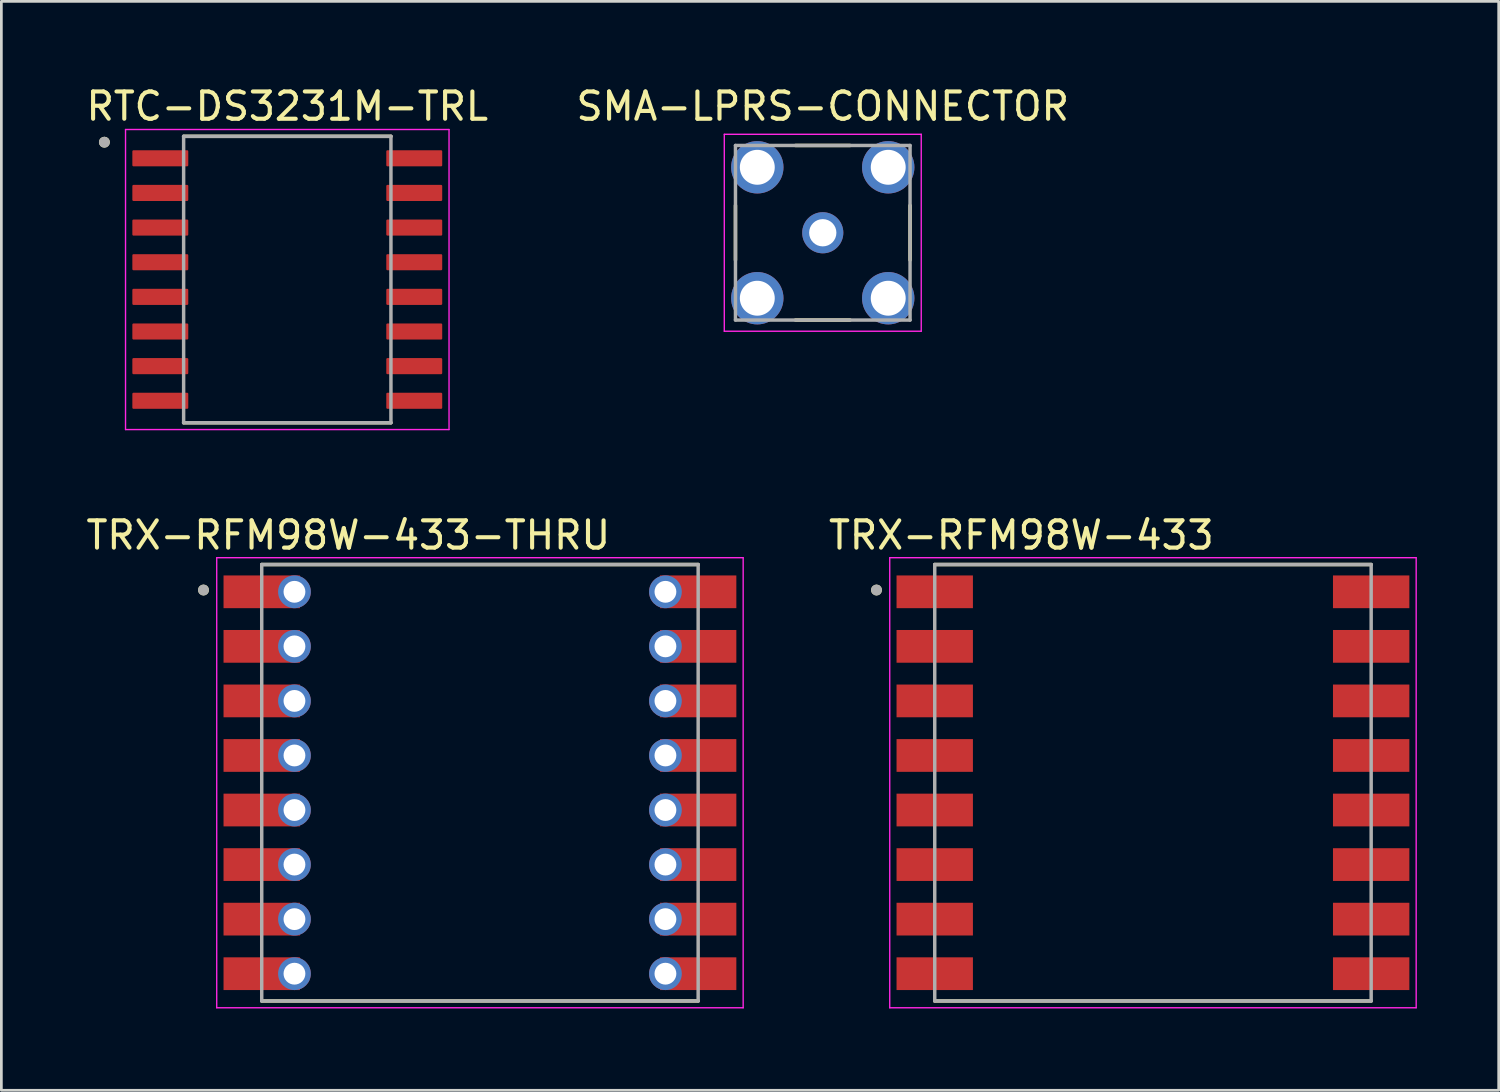
<source format=kicad_pcb>
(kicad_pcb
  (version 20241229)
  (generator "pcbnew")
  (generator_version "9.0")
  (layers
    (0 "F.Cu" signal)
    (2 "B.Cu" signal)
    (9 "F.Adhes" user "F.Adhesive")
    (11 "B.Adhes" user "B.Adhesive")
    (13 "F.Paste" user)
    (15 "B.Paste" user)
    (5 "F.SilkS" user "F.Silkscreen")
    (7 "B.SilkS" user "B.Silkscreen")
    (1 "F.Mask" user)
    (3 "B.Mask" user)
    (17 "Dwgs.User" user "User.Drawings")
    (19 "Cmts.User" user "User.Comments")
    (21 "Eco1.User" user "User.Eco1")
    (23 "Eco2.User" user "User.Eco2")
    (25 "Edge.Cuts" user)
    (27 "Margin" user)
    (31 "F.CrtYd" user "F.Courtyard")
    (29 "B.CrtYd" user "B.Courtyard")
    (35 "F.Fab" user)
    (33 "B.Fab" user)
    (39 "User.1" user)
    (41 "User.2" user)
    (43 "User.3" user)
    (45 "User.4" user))
  (footprint "TRX-RFM98W-433-THRU"
    (layer "F.Cu")
    (at 14.545 25.646)
    (property "Reference" "TRX-RFM98W-433-THRU" (at -4.825 -9.075 0) (layer "F.SilkS") (effects (font (size 1 1) (thickness 0.15))))
    (attr through_hole)
    (fp_line (start -8 -8) (end 8 -8) (stroke (width 0.127) (type solid)) (layer "F.SilkS"))
    (fp_line (start 8 8) (end -8 8) (stroke (width 0.127) (type solid)) (layer "F.SilkS"))
    (fp_circle (center -10.135 -7.065) (end -10.035 -7.065) (stroke (width 0.2) (type solid)) (fill no) (layer "F.SilkS"))
    (fp_line (start -9.65 -8.25) (end 9.65 -8.25) (stroke (width 0.05) (type solid)) (layer "F.CrtYd"))
    (fp_line (start -9.65 8.25) (end -9.65 -8.25) (stroke (width 0.05) (type solid)) (layer "F.CrtYd"))
    (fp_line (start 9.65 -8.25) (end 9.65 8.25) (stroke (width 0.05) (type solid)) (layer "F.CrtYd"))
    (fp_line (start 9.65 8.25) (end -9.65 8.25) (stroke (width 0.05) (type solid)) (layer "F.CrtYd"))
    (fp_line (start -8 -8) (end 8 -8) (stroke (width 0.127) (type solid)) (layer "F.Fab"))
    (fp_line (start -8 8) (end -8 -8) (stroke (width 0.127) (type solid)) (layer "F.Fab"))
    (fp_line (start 8 -8) (end 8 8) (stroke (width 0.127) (type solid)) (layer "F.Fab"))
    (fp_line (start 8 8) (end -8 8) (stroke (width 0.127) (type solid)) (layer "F.Fab"))
    (fp_circle (center -10.135 -7.065) (end -10.035 -7.065) (stroke (width 0.2) (type solid)) (fill no) (layer "F.Fab"))
    (pad "1" smd rect (at -8 -7) (size 2.8 1.2) (layers "F.Cu" "F.Mask" "F.Paste"))
    (pad "1_1" thru_hole circle (at -6.8 -7) (size 1.2 1.2) (drill 0.8) (layers "*.Cu" "*.Mask"))
    (pad "2" smd rect (at -8 -5) (size 2.8 1.2) (layers "F.Cu" "F.Mask" "F.Paste"))
    (pad "2_1" thru_hole circle (at -6.8 -5) (size 1.2 1.2) (drill 0.8) (layers "*.Cu" "*.Mask"))
    (pad "3" smd rect (at -8 -3) (size 2.8 1.2) (layers "F.Cu" "F.Mask" "F.Paste"))
    (pad "3_1" thru_hole circle (at -6.8 -3) (size 1.2 1.2) (drill 0.8) (layers "*.Cu" "*.Mask"))
    (pad "4" smd rect (at -8 -1) (size 2.8 1.2) (layers "F.Cu" "F.Mask" "F.Paste"))
    (pad "4_1" thru_hole circle (at -6.8 -1) (size 1.2 1.2) (drill 0.8) (layers "*.Cu" "*.Mask"))
    (pad "5" smd rect (at -8 1) (size 2.8 1.2) (layers "F.Cu" "F.Mask" "F.Paste"))
    (pad "5_1" thru_hole circle (at -6.8 1) (size 1.2 1.2) (drill 0.8) (layers "*.Cu" "*.Mask"))
    (pad "6" smd rect (at -8 3) (size 2.8 1.2) (layers "F.Cu" "F.Mask" "F.Paste"))
    (pad "6_1" thru_hole circle (at -6.8 3) (size 1.2 1.2) (drill 0.8) (layers "*.Cu" "*.Mask"))
    (pad "7" smd rect (at -8 5) (size 2.8 1.2) (layers "F.Cu" "F.Mask" "F.Paste"))
    (pad "7_1" thru_hole circle (at -6.8 5) (size 1.2 1.2) (drill 0.8) (layers "*.Cu" "*.Mask"))
    (pad "8" smd rect (at -8 7) (size 2.8 1.2) (layers "F.Cu" "F.Mask" "F.Paste"))
    (pad "8_1" thru_hole circle (at -6.8 7) (size 1.2 1.2) (drill 0.8) (layers "*.Cu" "*.Mask"))
    (pad "9" smd rect (at 8 7) (size 2.8 1.2) (layers "F.Cu" "F.Mask" "F.Paste"))
    (pad "9_1" thru_hole circle (at 6.8 7) (size 1.2 1.2) (drill 0.8) (layers "*.Cu" "*.Mask"))
    (pad "10" smd rect (at 8 5) (size 2.8 1.2) (layers "F.Cu" "F.Mask" "F.Paste"))
    (pad "10_1" thru_hole circle (at 6.8 5) (size 1.2 1.2) (drill 0.8) (layers "*.Cu" "*.Mask"))
    (pad "11" smd rect (at 8 3) (size 2.8 1.2) (layers "F.Cu" "F.Mask" "F.Paste"))
    (pad "11_1" thru_hole circle (at 6.8 3) (size 1.2 1.2) (drill 0.8) (layers "*.Cu" "*.Mask"))
    (pad "12" smd rect (at 8 1) (size 2.8 1.2) (layers "F.Cu" "F.Mask" "F.Paste"))
    (pad "12_1" thru_hole circle (at 6.8 1) (size 1.2 1.2) (drill 0.8) (layers "*.Cu" "*.Mask"))
    (pad "13" smd rect (at 8 -1) (size 2.8 1.2) (layers "F.Cu" "F.Mask" "F.Paste"))
    (pad "13_1" thru_hole circle (at 6.8 -1) (size 1.2 1.2) (drill 0.8) (layers "*.Cu" "*.Mask"))
    (pad "14" smd rect (at 8 -3) (size 2.8 1.2) (layers "F.Cu" "F.Mask" "F.Paste"))
    (pad "14_1" thru_hole circle (at 6.8 -3) (size 1.2 1.2) (drill 0.8) (layers "*.Cu" "*.Mask"))
    (pad "15" smd rect (at 8 -5) (size 2.8 1.2) (layers "F.Cu" "F.Mask" "F.Paste"))
    (pad "15_1" thru_hole circle (at 6.8 -5) (size 1.2 1.2) (drill 0.8) (layers "*.Cu" "*.Mask"))
    (pad "16" smd rect (at 8 -7) (size 2.8 1.2) (layers "F.Cu" "F.Mask" "F.Paste"))
    (pad "16_1" thru_hole circle (at 6.8 -7) (size 1.2 1.2) (drill 0.8) (layers "*.Cu" "*.Mask")))
  (footprint "TRX-RFM98W-433"
    (layer "F.Cu")
    (at 39.218 25.646)
    (property "Reference" "TRX-RFM98W-433" (at -4.825 -9.075 0) (layer "F.SilkS") (effects (font (size 1 1) (thickness 0.15))))
    (attr smd)
    (fp_line (start -8 -8) (end 8 -8) (stroke (width 0.127) (type solid)) (layer "F.SilkS"))
    (fp_line (start 8 8) (end -8 8) (stroke (width 0.127) (type solid)) (layer "F.SilkS"))
    (fp_circle (center -10.135 -7.065) (end -10.035 -7.065) (stroke (width 0.2) (type solid)) (fill no) (layer "F.SilkS"))
    (fp_line (start -9.65 -8.25) (end 9.65 -8.25) (stroke (width 0.05) (type solid)) (layer "F.CrtYd"))
    (fp_line (start -9.65 8.25) (end -9.65 -8.25) (stroke (width 0.05) (type solid)) (layer "F.CrtYd"))
    (fp_line (start 9.65 -8.25) (end 9.65 8.25) (stroke (width 0.05) (type solid)) (layer "F.CrtYd"))
    (fp_line (start 9.65 8.25) (end -9.65 8.25) (stroke (width 0.05) (type solid)) (layer "F.CrtYd"))
    (fp_line (start -8 -8) (end 8 -8) (stroke (width 0.127) (type solid)) (layer "F.Fab"))
    (fp_line (start -8 8) (end -8 -8) (stroke (width 0.127) (type solid)) (layer "F.Fab"))
    (fp_line (start 8 -8) (end 8 8) (stroke (width 0.127) (type solid)) (layer "F.Fab"))
    (fp_line (start 8 8) (end -8 8) (stroke (width 0.127) (type solid)) (layer "F.Fab"))
    (fp_circle (center -10.135 -7.065) (end -10.035 -7.065) (stroke (width 0.2) (type solid)) (fill no) (layer "F.Fab"))
    (pad "1" smd rect (at -8 -7) (size 2.8 1.2) (layers "F.Cu" "F.Mask" "F.Paste"))
    (pad "2" smd rect (at -8 -5) (size 2.8 1.2) (layers "F.Cu" "F.Mask" "F.Paste"))
    (pad "3" smd rect (at -8 -3) (size 2.8 1.2) (layers "F.Cu" "F.Mask" "F.Paste"))
    (pad "4" smd rect (at -8 -1) (size 2.8 1.2) (layers "F.Cu" "F.Mask" "F.Paste"))
    (pad "5" smd rect (at -8 1) (size 2.8 1.2) (layers "F.Cu" "F.Mask" "F.Paste"))
    (pad "6" smd rect (at -8 3) (size 2.8 1.2) (layers "F.Cu" "F.Mask" "F.Paste"))
    (pad "7" smd rect (at -8 5) (size 2.8 1.2) (layers "F.Cu" "F.Mask" "F.Paste"))
    (pad "8" smd rect (at -8 7) (size 2.8 1.2) (layers "F.Cu" "F.Mask" "F.Paste"))
    (pad "9" smd rect (at 8 7) (size 2.8 1.2) (layers "F.Cu" "F.Mask" "F.Paste"))
    (pad "10" smd rect (at 8 5) (size 2.8 1.2) (layers "F.Cu" "F.Mask" "F.Paste"))
    (pad "11" smd rect (at 8 3) (size 2.8 1.2) (layers "F.Cu" "F.Mask" "F.Paste"))
    (pad "12" smd rect (at 8 1) (size 2.8 1.2) (layers "F.Cu" "F.Mask" "F.Paste"))
    (pad "13" smd rect (at 8 -1) (size 2.8 1.2) (layers "F.Cu" "F.Mask" "F.Paste"))
    (pad "14" smd rect (at 8 -3) (size 2.8 1.2) (layers "F.Cu" "F.Mask" "F.Paste"))
    (pad "15" smd rect (at 8 -5) (size 2.8 1.2) (layers "F.Cu" "F.Mask" "F.Paste"))
    (pad "16" smd rect (at 8 -7) (size 2.8 1.2) (layers "F.Cu" "F.Mask" "F.Paste")))
  (footprint "SMA-LPRS-CONNECTOR"
    (layer "F.Cu")
    (at 27.113 5.483)
    (property "Reference" "SMA-LPRS-CONNECTOR" (at 0 -4.635 0) (layer "F.SilkS") (effects (font (size 1 1) (thickness 0.15))))
    (attr through_hole)
    (fp_line (start -3.2 1) (end -3.2 -1) (stroke (width 0.127) (type solid)) (layer "F.SilkS"))
    (fp_line (start -1 -3.2) (end 1 -3.2) (stroke (width 0.127) (type solid)) (layer "F.SilkS"))
    (fp_line (start 1 3.2) (end -1 3.2) (stroke (width 0.127) (type solid)) (layer "F.SilkS"))
    (fp_line (start 3.2 -1) (end 3.2 1) (stroke (width 0.127) (type solid)) (layer "F.SilkS"))
    (fp_line (start -3.61 -3.61) (end 3.61 -3.61) (stroke (width 0.05) (type solid)) (layer "F.CrtYd"))
    (fp_line (start -3.61 3.61) (end -3.61 -3.61) (stroke (width 0.05) (type solid)) (layer "F.CrtYd"))
    (fp_line (start 3.61 -3.61) (end 3.61 3.61) (stroke (width 0.05) (type solid)) (layer "F.CrtYd"))
    (fp_line (start 3.61 3.61) (end -3.61 3.61) (stroke (width 0.05) (type solid)) (layer "F.CrtYd"))
    (fp_line (start -3.2 -3.2) (end 3.2 -3.2) (stroke (width 0.127) (type solid)) (layer "F.Fab"))
    (fp_line (start -3.2 3.2) (end -3.2 -3.2) (stroke (width 0.127) (type solid)) (layer "F.Fab"))
    (fp_line (start 3.2 -3.2) (end 3.2 3.2) (stroke (width 0.127) (type solid)) (layer "F.Fab"))
    (fp_line (start 3.2 3.2) (end -3.2 3.2) (stroke (width 0.127) (type solid)) (layer "F.Fab"))
    (pad "1" thru_hole circle (at 0 0) (size 1.508 1.508) (drill 1) (layers "*.Cu" "*.Mask"))
    (pad "G1" thru_hole circle (at -2.4 -2.4) (size 1.92 1.92) (drill 1.28) (layers "*.Cu" "*.Mask"))
    (pad "G2" thru_hole circle (at -2.4 2.4) (size 1.92 1.92) (drill 1.28) (layers "*.Cu" "*.Mask"))
    (pad "G3" thru_hole circle (at 2.4 2.4) (size 1.92 1.92) (drill 1.28) (layers "*.Cu" "*.Mask"))
    (pad "G4" thru_hole circle (at 2.4 -2.4) (size 1.92 1.92) (drill 1.28) (layers "*.Cu" "*.Mask")))
  (footprint "RTC-DS3231M-TRL"
    (layer "F.Cu")
    (at 7.482 7.198)
    (property "Reference" "RTC-DS3231M-TRL" (at 0 -6.35 0) (layer "F.SilkS") (effects (font (size 1 1) (thickness 0.15))))
    (attr smd)
    (fp_line (start -3.8 -5.25) (end 3.8 -5.25) (stroke (width 0.127) (type solid)) (layer "F.SilkS"))
    (fp_line (start -3.8 5.25) (end 3.8 5.25) (stroke (width 0.127) (type solid)) (layer "F.SilkS"))
    (fp_circle (center -6.705 -5.035) (end -6.605 -5.035) (stroke (width 0.2) (type solid)) (fill no) (layer "F.SilkS"))
    (fp_line (start -5.93 -5.5) (end -5.93 5.5) (stroke (width 0.05) (type solid)) (layer "F.CrtYd"))
    (fp_line (start -5.93 -5.5) (end 5.93 -5.5) (stroke (width 0.05) (type solid)) (layer "F.CrtYd"))
    (fp_line (start -5.93 5.5) (end 5.93 5.5) (stroke (width 0.05) (type solid)) (layer "F.CrtYd"))
    (fp_line (start 5.93 -5.5) (end 5.93 5.5) (stroke (width 0.05) (type solid)) (layer "F.CrtYd"))
    (fp_line (start -3.8 -5.25) (end -3.8 5.25) (stroke (width 0.127) (type solid)) (layer "F.Fab"))
    (fp_line (start -3.8 -5.25) (end 3.8 -5.25) (stroke (width 0.127) (type solid)) (layer "F.Fab"))
    (fp_line (start -3.8 5.25) (end 3.8 5.25) (stroke (width 0.127) (type solid)) (layer "F.Fab"))
    (fp_line (start 3.8 -5.25) (end 3.8 5.25) (stroke (width 0.127) (type solid)) (layer "F.Fab"))
    (fp_circle (center -6.705 -5.035) (end -6.605 -5.035) (stroke (width 0.2) (type solid)) (fill no) (layer "F.Fab"))
    (pad "1" smd roundrect (at -4.655 -4.445) (size 2.05 0.59) (layers "F.Cu" "F.Mask" "F.Paste") (roundrect_rratio 0.07))
    (pad "2" smd roundrect (at -4.655 -3.175) (size 2.05 0.59) (layers "F.Cu" "F.Mask" "F.Paste") (roundrect_rratio 0.07))
    (pad "3" smd roundrect (at -4.655 -1.905) (size 2.05 0.59) (layers "F.Cu" "F.Mask" "F.Paste") (roundrect_rratio 0.07))
    (pad "4" smd roundrect (at -4.655 -0.635) (size 2.05 0.59) (layers "F.Cu" "F.Mask" "F.Paste") (roundrect_rratio 0.07))
    (pad "5" smd roundrect (at -4.655 0.635) (size 2.05 0.59) (layers "F.Cu" "F.Mask" "F.Paste") (roundrect_rratio 0.07))
    (pad "6" smd roundrect (at -4.655 1.905) (size 2.05 0.59) (layers "F.Cu" "F.Mask" "F.Paste") (roundrect_rratio 0.07))
    (pad "7" smd roundrect (at -4.655 3.175) (size 2.05 0.59) (layers "F.Cu" "F.Mask" "F.Paste") (roundrect_rratio 0.07))
    (pad "8" smd roundrect (at -4.655 4.445) (size 2.05 0.59) (layers "F.Cu" "F.Mask" "F.Paste") (roundrect_rratio 0.07))
    (pad "9" smd roundrect (at 4.655 4.445) (size 2.05 0.59) (layers "F.Cu" "F.Mask" "F.Paste") (roundrect_rratio 0.07))
    (pad "10" smd roundrect (at 4.655 3.175) (size 2.05 0.59) (layers "F.Cu" "F.Mask" "F.Paste") (roundrect_rratio 0.07))
    (pad "11" smd roundrect (at 4.655 1.905) (size 2.05 0.59) (layers "F.Cu" "F.Mask" "F.Paste") (roundrect_rratio 0.07))
    (pad "12" smd roundrect (at 4.655 0.635) (size 2.05 0.59) (layers "F.Cu" "F.Mask" "F.Paste") (roundrect_rratio 0.07))
    (pad "13" smd roundrect (at 4.655 -0.635) (size 2.05 0.59) (layers "F.Cu" "F.Mask" "F.Paste") (roundrect_rratio 0.07))
    (pad "14" smd roundrect (at 4.655 -1.905) (size 2.05 0.59) (layers "F.Cu" "F.Mask" "F.Paste") (roundrect_rratio 0.07))
    (pad "15" smd roundrect (at 4.655 -3.175) (size 2.05 0.59) (layers "F.Cu" "F.Mask" "F.Paste") (roundrect_rratio 0.07))
    (pad "16" smd roundrect (at 4.655 -4.445) (size 2.05 0.59) (layers "F.Cu" "F.Mask" "F.Paste") (roundrect_rratio 0.07)))
  (gr_rect
    (start -3 -3)
    (end 51.893 36.922)
    (stroke (width 0.1) (type default))
    (fill no)
    (layer "Edge.Cuts")))
</source>
